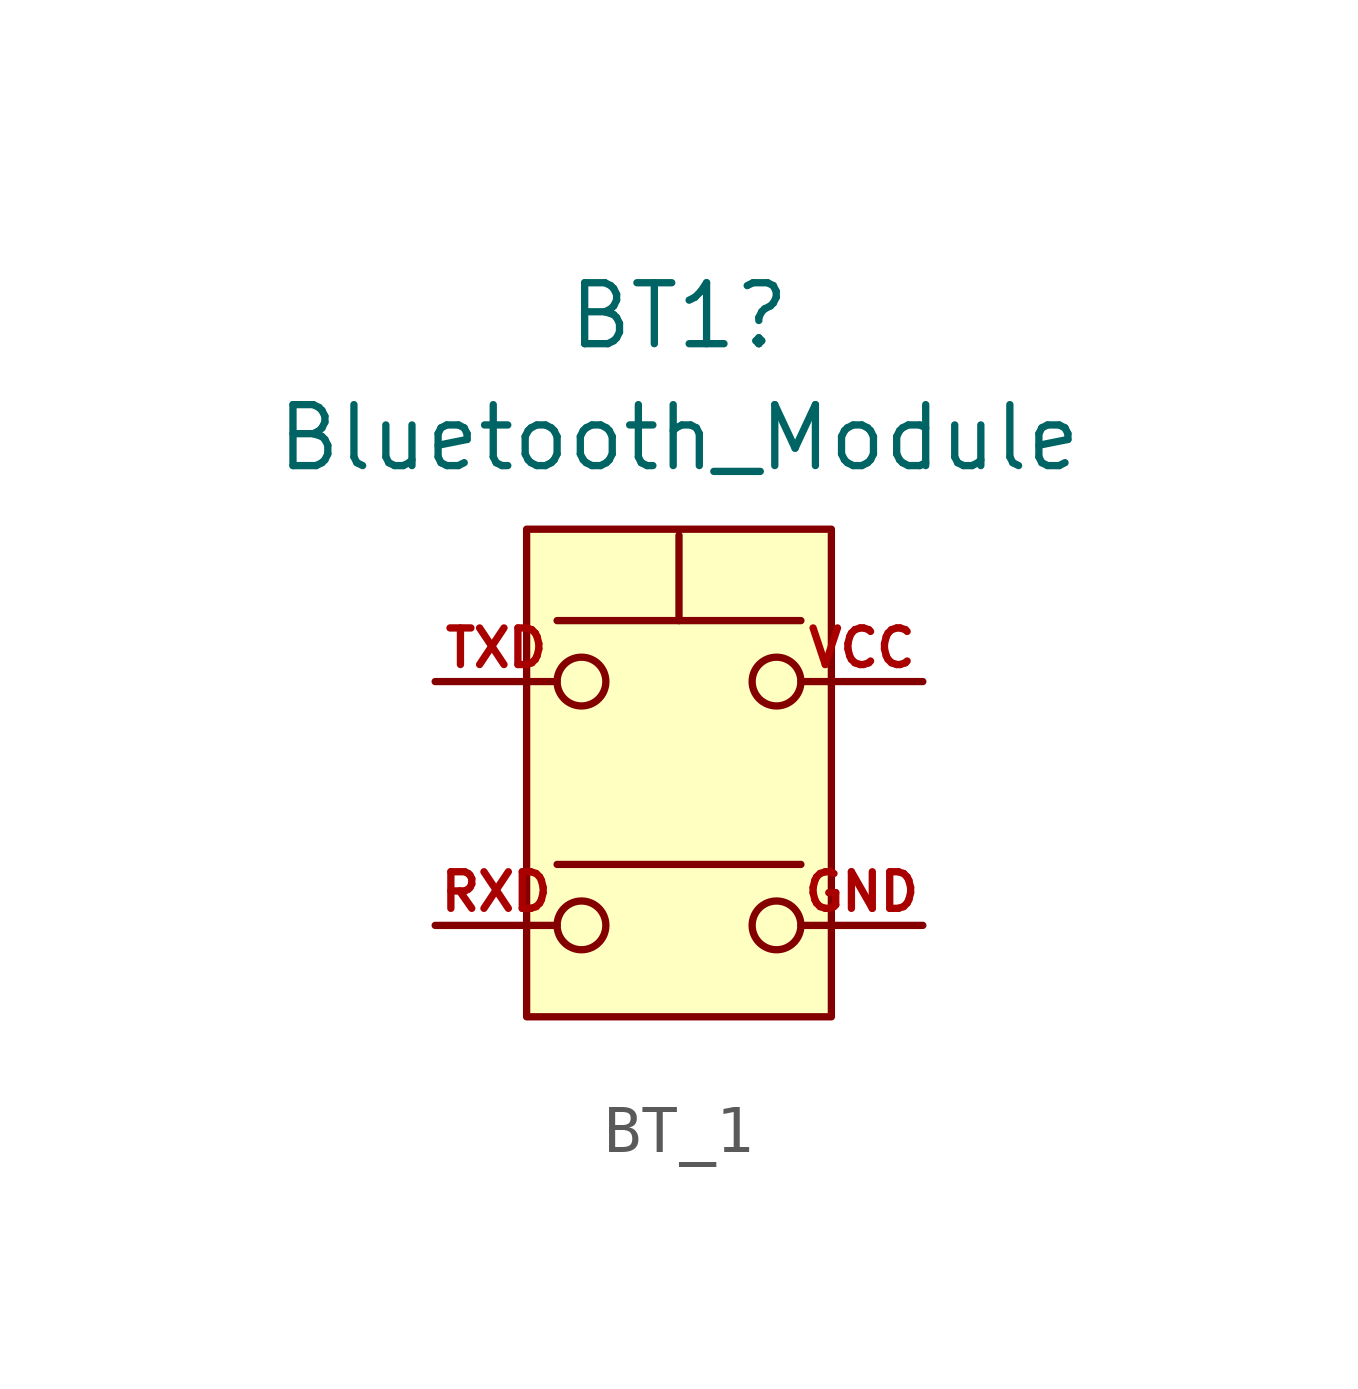
<source format=kicad_sym>
(kicad_symbol_lib
  (version 20231120)
  (generator "kicad_symbol_editor")
  (generator_version "8.0")
  (symbol "BT_1"
    (pin_names
      (offset 1.016) hide)
    (property "Reference" "BT1"
      (at 0 10.16 0)
      (effects (font (size 1.27 1.27))))
    (property "Value" "Bluetooth_Module"
      (at 0 7.62 0)
      (effects (font (size 1.27 1.27))))
    (symbol "BT_1_0_1"
      (circle (center -2.032 -2.54) (radius 0.508) (stroke (width 0) (type default)) (fill (type none)))
      (circle (center -2.032 2.54) (radius 0.508) (stroke (width 0) (type default)) (fill (type none)))
      (polyline (pts (xy 0 3.81) (xy 0 5.588)) (stroke (width 0) (type default)) (fill (type none)))
      (polyline (pts (xy 2.54 -1.27) (xy -2.54 -1.27)) (stroke (width 0) (type default)) (fill (type none)))
      (polyline (pts (xy 2.54 3.81) (xy -2.54 3.81)) (stroke (width 0) (type default)) (fill (type none)))
      (circle (center 2.032 -2.54) (radius 0.508) (stroke (width 0) (type default)) (fill (type none)))
      (circle (center 2.032 2.54) (radius 0.508) (stroke (width 0) (type default)) (fill (type none))))
    (symbol "BT_1_1_1"
      (rectangle (start -3.175 5.715) (end 3.175 -4.445) (stroke (width 0) (type default)) (fill (type background)))
      (pin passive line (at 5.08 -2.54 180) (length 2.54) (name "3" (effects (font (size 1.27 1.27)))) (number "GND" (effects (font (size 0.762 0.762)))))
      (pin passive line (at -5.08 -2.54 0) (length 2.54) (name "4" (effects (font (size 1.27 1.27)))) (number "RXD" (effects (font (size 0.762 0.762)))))
      (pin passive line (at -5.08 2.54 0) (length 2.54) (name "2" (effects (font (size 1.27 1.27)))) (number "TXD" (effects (font (size 0.762 0.762)))))
      (pin passive line (at 5.08 2.54 180) (length 2.54) (name "1" (effects (font (size 1.27 1.27)))) (number "VCC" (effects (font (size 0.762 0.762))))))))
</source>
